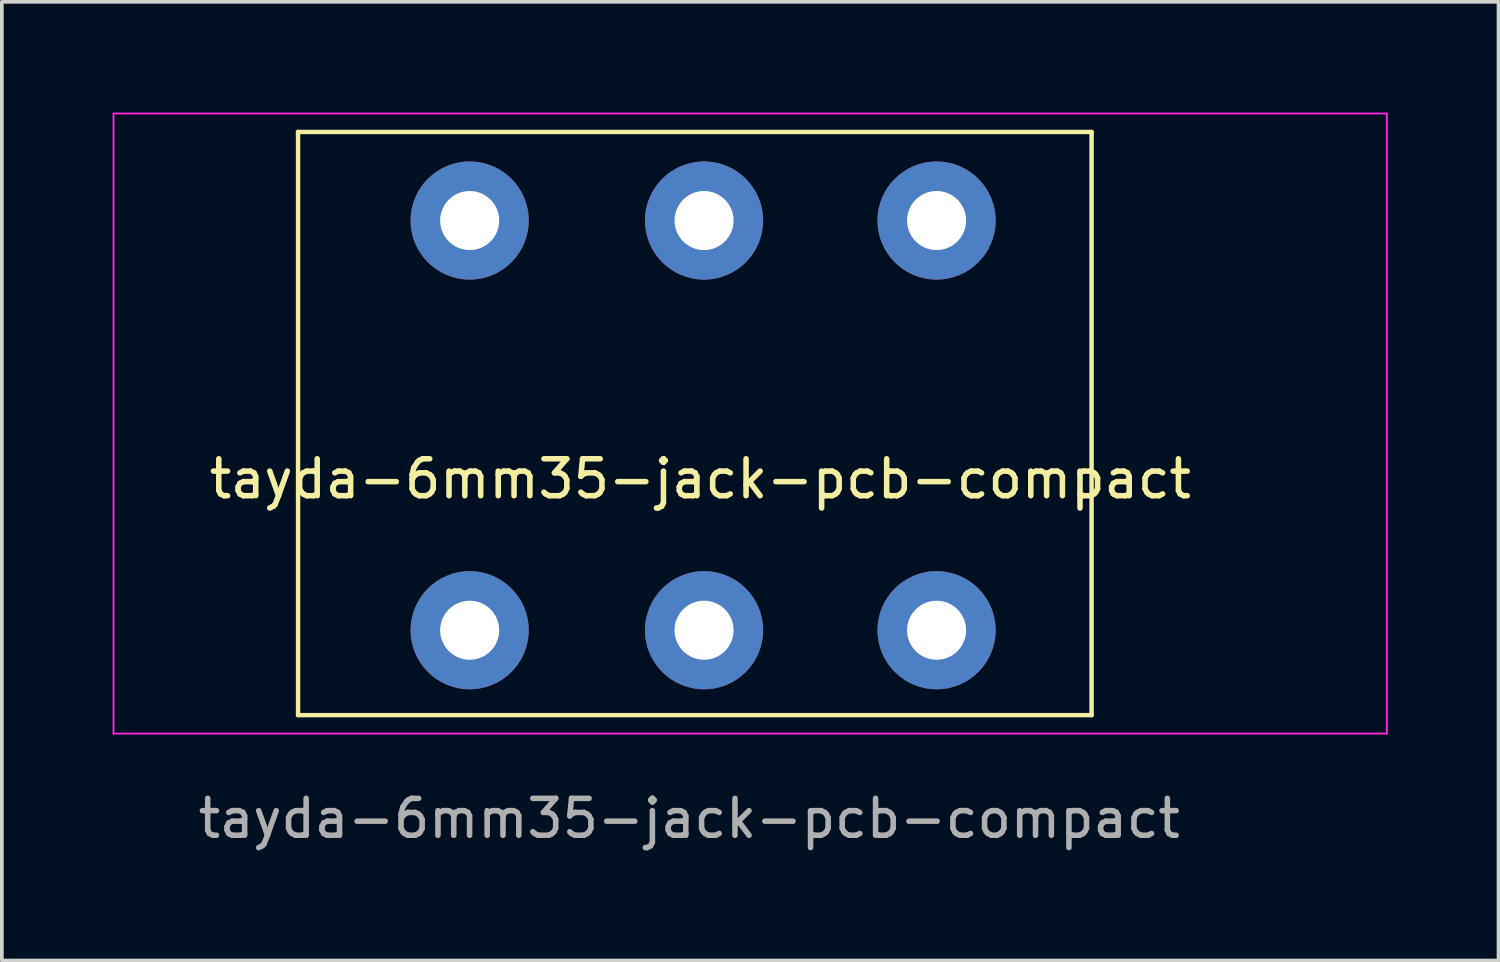
<source format=kicad_pcb>
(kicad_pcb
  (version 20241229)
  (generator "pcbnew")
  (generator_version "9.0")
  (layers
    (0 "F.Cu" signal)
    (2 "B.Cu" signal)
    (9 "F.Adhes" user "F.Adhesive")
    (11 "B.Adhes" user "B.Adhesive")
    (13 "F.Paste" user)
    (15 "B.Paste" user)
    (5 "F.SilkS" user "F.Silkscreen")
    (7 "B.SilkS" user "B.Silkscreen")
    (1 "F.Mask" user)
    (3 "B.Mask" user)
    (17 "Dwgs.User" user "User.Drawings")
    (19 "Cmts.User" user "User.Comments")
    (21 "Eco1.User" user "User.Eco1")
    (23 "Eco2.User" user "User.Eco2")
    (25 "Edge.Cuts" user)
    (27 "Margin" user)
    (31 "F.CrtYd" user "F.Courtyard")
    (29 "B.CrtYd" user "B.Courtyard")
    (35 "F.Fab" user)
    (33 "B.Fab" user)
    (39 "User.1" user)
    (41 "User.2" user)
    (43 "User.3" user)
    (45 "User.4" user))
  (footprint "tayda-6mm35-jack-pcb-compact"
    (layer "F.Cu")
    (at 26.525 9.825)
    (property "Reference" "tayda-6mm35-jack-pcb-compact" (at -10.6 0.1 0) (unlocked yes) (layer "F.SilkS") (effects (font (size 1 1) (thickness 0.15))))
    (attr through_hole)
    (fp_line (start -21.5 -9.3) (end 0 -9.3) (stroke (width 0.12) (type solid)) (layer "F.SilkS"))
    (fp_line (start -21.5 6.5) (end -21.5 -9.3) (stroke (width 0.12) (type solid)) (layer "F.SilkS"))
    (fp_line (start 0 -9.3) (end 0 6.5) (stroke (width 0.12) (type solid)) (layer "F.SilkS"))
    (fp_line (start 0 6.5) (end -21.5 6.5) (stroke (width 0.12) (type solid)) (layer "F.SilkS"))
    (fp_line (start -26.5 -9.8) (end 8 -9.8) (stroke (width 0.05) (type solid)) (layer "F.CrtYd"))
    (fp_line (start -26.5 7) (end -26.5 -9.8) (stroke (width 0.05) (type solid)) (layer "F.CrtYd"))
    (fp_line (start 8 -9.8) (end 8 7) (stroke (width 0.05) (type solid)) (layer "F.CrtYd"))
    (fp_line (start 8 7) (end -26.5 7) (stroke (width 0.05) (type solid)) (layer "F.CrtYd"))
    (fp_line (start -24.7 -4.2) (end -24.7 4.2) (stroke (width 0.05) (type solid)) (layer "User.1"))
    (fp_line (start -24.7 4.2) (end -21.5 4.2) (stroke (width 0.05) (type solid)) (layer "User.1"))
    (fp_line (start -21.5 -4.2) (end -24.7 -4.2) (stroke (width 0.05) (type solid)) (layer "User.1"))
    (fp_line (start 0 4.6) (end 8 4.6) (stroke (width 0.05) (type solid)) (layer "User.1"))
    (fp_line (start 8 -4.6) (end 0 -4.6) (stroke (width 0.05) (type solid)) (layer "User.1"))
    (fp_line (start 8 4.6) (end 8 -4.6) (stroke (width 0.05) (type solid)) (layer "User.1"))
    (fp_text user "${REFERENCE}" (at -10.9 9.3 0) (unlocked yes) (layer "F.Fab") (effects (font (size 1 1) (thickness 0.15))))
    (pad "R" thru_hole circle (at -10.5 -6.9) (size 3.2 3.2) (drill 1.6) (layers "*.Cu" "*.Mask"))
    (pad "RN" thru_hole circle (at -10.5 4.2) (size 3.2 3.2) (drill 1.6) (layers "*.Cu" "*.Mask"))
    (pad "S" thru_hole circle (at -4.2 -6.9) (size 3.2 3.2) (drill 1.6) (layers "*.Cu" "*.Mask"))
    (pad "S" thru_hole circle (at -4.2 4.2) (size 3.2 3.2) (drill 1.6) (layers "*.Cu" "*.Mask"))
    (pad "T" thru_hole circle (at -16.85 -6.9) (size 3.2 3.2) (drill 1.6) (layers "*.Cu" "*.Mask"))
    (pad "TN" thru_hole circle (at -16.85 4.2) (size 3.2 3.2) (drill 1.6) (layers "*.Cu" "*.Mask")))
  (gr_rect
    (start -3 -3)
    (end 37.55 22.973)
    (stroke (width 0.1) (type default))
    (fill no)
    (layer "Edge.Cuts")))
</source>
